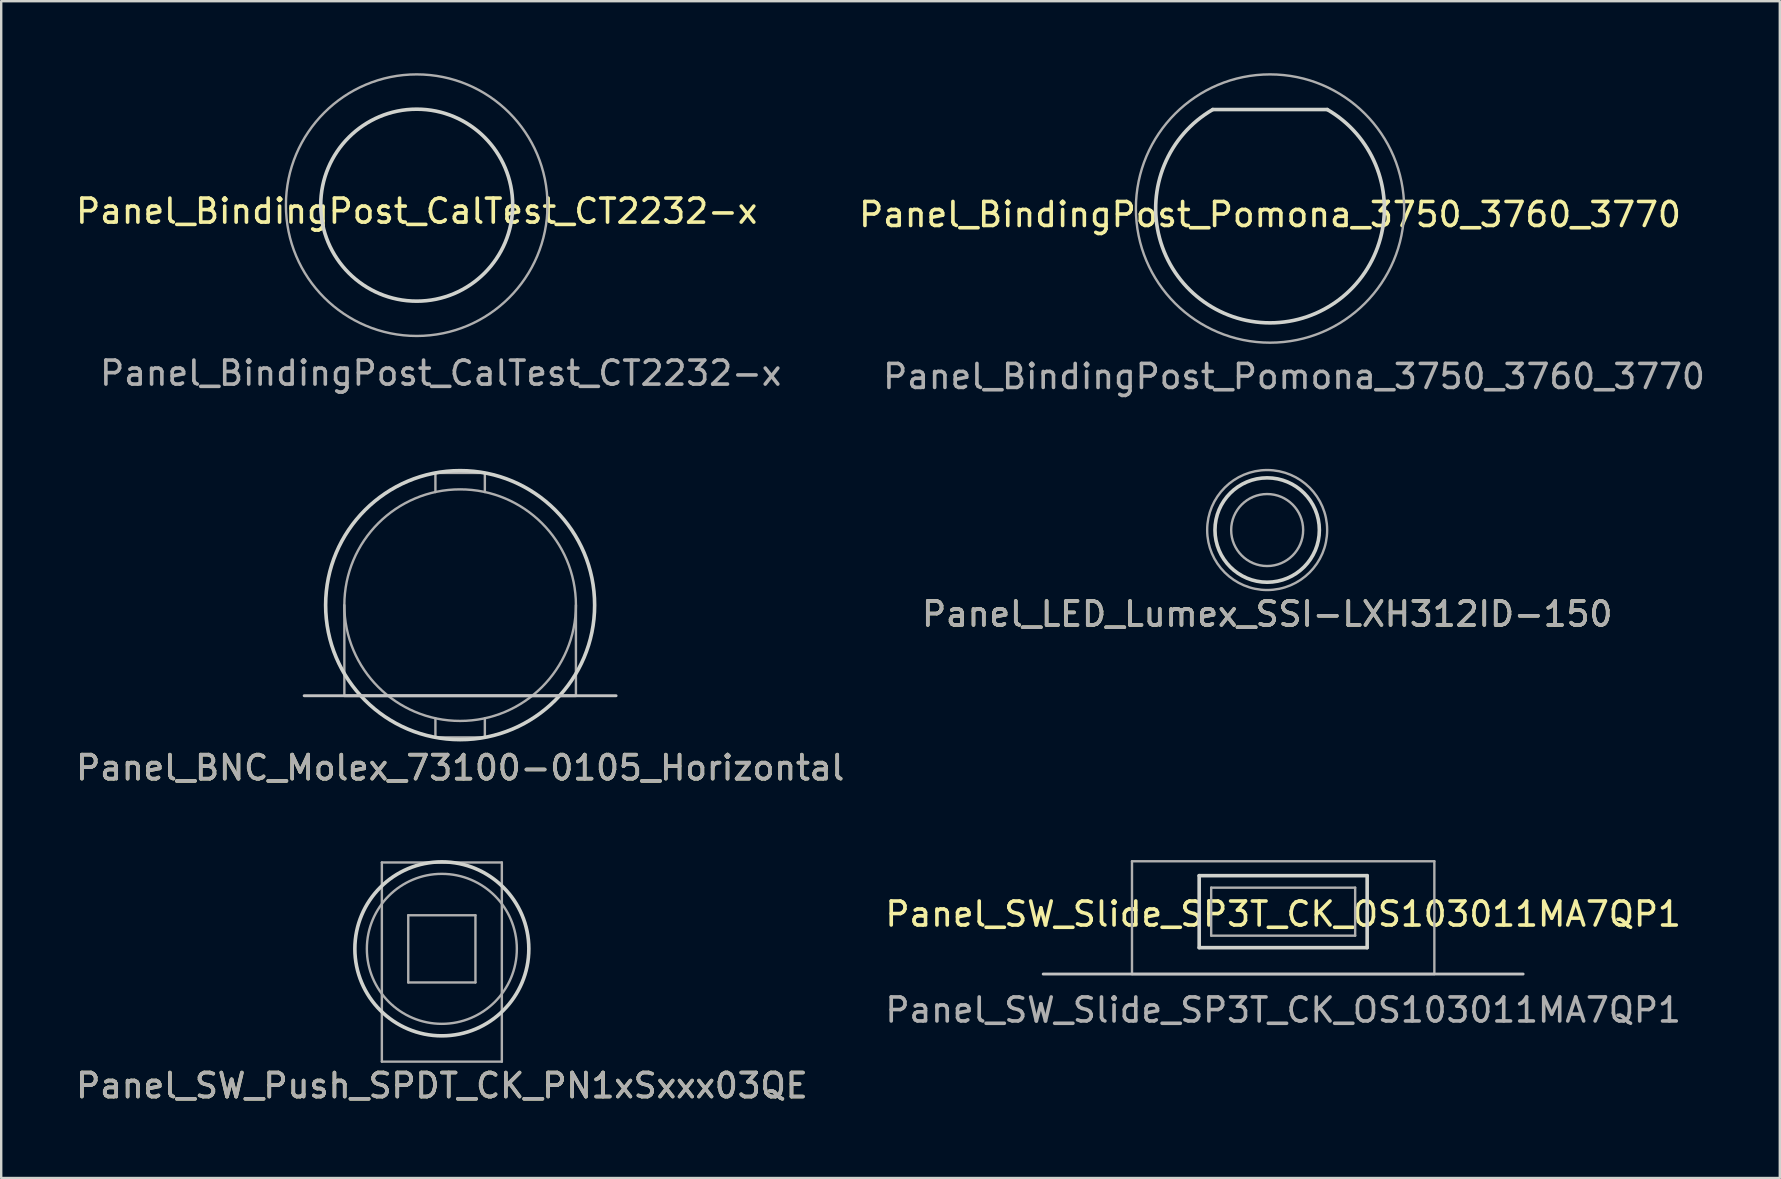
<source format=kicad_pcb>
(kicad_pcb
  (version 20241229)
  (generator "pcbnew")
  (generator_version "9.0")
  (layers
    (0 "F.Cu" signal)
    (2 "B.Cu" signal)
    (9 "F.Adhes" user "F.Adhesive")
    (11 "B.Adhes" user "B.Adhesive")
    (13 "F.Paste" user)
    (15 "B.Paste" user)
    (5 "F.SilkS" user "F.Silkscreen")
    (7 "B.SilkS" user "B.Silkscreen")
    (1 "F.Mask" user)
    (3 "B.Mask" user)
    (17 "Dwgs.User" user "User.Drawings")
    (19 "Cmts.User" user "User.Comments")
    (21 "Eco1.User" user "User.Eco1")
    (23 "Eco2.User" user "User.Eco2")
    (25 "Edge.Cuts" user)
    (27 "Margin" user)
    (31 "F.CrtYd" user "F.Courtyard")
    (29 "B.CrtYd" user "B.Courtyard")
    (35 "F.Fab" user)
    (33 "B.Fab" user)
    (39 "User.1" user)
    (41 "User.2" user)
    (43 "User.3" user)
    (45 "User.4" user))
  (footprint "Panel_BNC_Molex_73100-0105_Horizontal"
    (layer "F.Cu")
    (at 16.125 25.943)
    (property "Reference" "Panel_BNC_Molex_73100-0105_Horizontal" (at 0 3 0) (layer "F.SilkS") (effects (font (size 1 1) (thickness 0.15))))
    (attr smd)
    (fp_line (start -6.5 0) (end 6.5 0) (stroke (width 0.12) (type solid)) (layer "Dwgs.User"))
    (fp_circle (center 0 -3.775) (end 5.605 -3.775) (stroke (width 0.15) (type solid)) (fill no) (layer "Edge.Cuts"))
    (fp_line (start -4.825 0) (end -4.825 -3.775) (stroke (width 0.1) (type solid)) (layer "F.Fab"))
    (fp_line (start -1.03 -9.285) (end 1.03 -9.285) (stroke (width 0.1) (type solid)) (layer "F.Fab"))
    (fp_line (start -1.03 -8.489) (end -1.03 -9.285) (stroke (width 0.1) (type solid)) (layer "F.Fab"))
    (fp_line (start -1.03 0.939) (end -1.03 1.735) (stroke (width 0.1) (type solid)) (layer "F.Fab"))
    (fp_line (start -1.03 1.735) (end 1.03 1.735) (stroke (width 0.1) (type solid)) (layer "F.Fab"))
    (fp_line (start 1.03 -9.285) (end 1.03 -8.489) (stroke (width 0.1) (type solid)) (layer "F.Fab"))
    (fp_line (start 1.03 1.735) (end 1.03 0.939) (stroke (width 0.1) (type solid)) (layer "F.Fab"))
    (fp_line (start 4.825 -3.775) (end 4.825 0) (stroke (width 0.1) (type solid)) (layer "F.Fab"))
    (fp_line (start 4.825 0) (end -4.825 0) (stroke (width 0.12) (type solid)) (layer "F.Fab"))
    (fp_circle (center 0 -3.775) (end 4.825 -3.775) (stroke (width 0.1) (type solid)) (fill no) (layer "F.Fab"))
    (fp_text user "${REFERENCE}" (at 0 3 0) (layer "F.Fab") (effects (font (size 1 1) (thickness 0.15)))))
  (footprint "Panel_BindingPost_Pomona_3750_3760_3770"
    (layer "F.Cu")
    (at 49.875 5.64)
    (property "Reference" "Panel_BindingPost_Pomona_3750_3760_3770" (at 0 0.25 0) (layer "F.SilkS") (effects (font (size 1 1) (thickness 0.15))))
    (attr smd)
    (fp_line (start -2.385 -4.125) (end 2.385 -4.125) (stroke (width 0.15) (type solid)) (layer "Edge.Cuts"))
    (fp_arc (start 2.3854 -4.124769) (mid -0.000231 4.764856) (end -2.385 -4.125) (stroke (width 0.15) (type solid)) (layer "Edge.Cuts"))
    (fp_circle (center 0 0) (end 5.59 0) (stroke (width 0.1) (type solid)) (fill no) (layer "F.Fab"))
    (fp_text user "${REFERENCE}" (at 1 7 0) (layer "F.Fab") (effects (font (size 1 1) (thickness 0.15)))))
  (footprint "Panel_LED_Lumex_SSI-LXH312ID-150"
    (layer "F.Cu")
    (at 49.756 19.038)
    (property "Reference" "Panel_LED_Lumex_SSI-LXH312ID-150" (at 0 3.5 0) (layer "F.SilkS") (effects (font (size 1 1) (thickness 0.15))))
    (attr smd)
    (fp_circle (center 0 0) (end 2.175 0) (stroke (width 0.15) (type solid)) (fill no) (layer "Edge.Cuts"))
    (fp_circle (center 0 0) (end 1.5 0) (stroke (width 0.1) (type solid)) (fill no) (layer "F.Fab"))
    (fp_circle (center 0 0) (end 2.5 0) (stroke (width 0.1) (type solid)) (fill no) (layer "F.Fab"))
    (fp_text user "${REFERENCE}" (at 0 3.5 0) (layer "F.Fab") (effects (font (size 1 1) (thickness 0.15)))))
  (footprint "Panel_BindingPost_CalTest_CT2232-x"
    (layer "F.Cu")
    (at 14.315 5.5)
    (property "Reference" "Panel_BindingPost_CalTest_CT2232-x" (at 0 0.25 0) (layer "F.SilkS") (effects (font (size 1 1) (thickness 0.15))))
    (attr smd)
    (fp_circle (center 0 0) (end 4 0) (stroke (width 0.15) (type solid)) (fill no) (layer "Edge.Cuts"))
    (fp_circle (center 0 0) (end 5.45 0) (stroke (width 0.1) (type solid)) (fill no) (layer "F.Fab"))
    (fp_text user "${REFERENCE}" (at 1 7 0) (layer "F.Fab") (effects (font (size 1 1) (thickness 0.15)))))
  (footprint "Panel_SW_Slide_SP3T_CK_OS103011MA7QP1"
    (layer "F.Cu")
    (at 50.423 37.541)
    (property "Reference" "Panel_SW_Slide_SP3T_CK_OS103011MA7QP1" (at 0 -2.5 0) (layer "F.SilkS") (effects (font (size 1 1) (thickness 0.15))))
    (attr smd)
    (fp_line (start -10 0) (end 10 0) (stroke (width 0.12) (type solid)) (layer "Dwgs.User"))
    (fp_line (start -3.5 -4.1) (end -3.5 -1.1) (stroke (width 0.15) (type solid)) (layer "Edge.Cuts"))
    (fp_line (start -3.5 -4.1) (end 3.5 -4.1) (stroke (width 0.15) (type solid)) (layer "Edge.Cuts"))
    (fp_line (start -3.5 -1.1) (end 3.5 -1.1) (stroke (width 0.15) (type solid)) (layer "Edge.Cuts"))
    (fp_line (start 3.5 -4.1) (end 3.5 -1.1) (stroke (width 0.15) (type solid)) (layer "Edge.Cuts"))
    (fp_line (start -6.3 -4.7) (end -6.3 0) (stroke (width 0.1) (type solid)) (layer "F.Fab"))
    (fp_line (start -6.3 -4.7) (end 6.3 -4.7) (stroke (width 0.1) (type solid)) (layer "F.Fab"))
    (fp_line (start -6.3 0) (end 6.3 0) (stroke (width 0.1) (type solid)) (layer "F.Fab"))
    (fp_line (start -3 -3.6) (end -3 -1.6) (stroke (width 0.1) (type solid)) (layer "F.Fab"))
    (fp_line (start -3 -1.6) (end 3 -1.6) (stroke (width 0.1) (type solid)) (layer "F.Fab"))
    (fp_line (start 3 -3.6) (end -3 -3.6) (stroke (width 0.1) (type solid)) (layer "F.Fab"))
    (fp_line (start 3 -3.6) (end 3 -1.6) (stroke (width 0.1) (type solid)) (layer "F.Fab"))
    (fp_line (start 6.3 -4.7) (end 6.3 0) (stroke (width 0.1) (type solid)) (layer "F.Fab"))
    (fp_text user "${REFERENCE}" (at 0 1.5 0) (layer "F.Fab") (effects (font (size 1 1) (thickness 0.15)))))
  (footprint "Panel_SW_Push_SPDT_CK_PN1xSxxx03QE"
    (layer "F.Cu")
    (at 15.363 41.191)
    (property "Reference" "Panel_SW_Push_SPDT_CK_PN1xSxxx03QE" (at 0 1 0) (layer "F.SilkS") (effects (font (size 1 1) (thickness 0.15))))
    (attr smd)
    (fp_circle (center 0 -4.7) (end 3.625 -4.7) (stroke (width 0.15) (type solid)) (fill no) (layer "Edge.Cuts"))
    (fp_line (start -2.5 -8.3) (end 2.5 -8.3) (stroke (width 0.1) (type solid)) (layer "F.Fab"))
    (fp_line (start -2.5 0) (end -2.5 -8.3) (stroke (width 0.1) (type solid)) (layer "F.Fab"))
    (fp_line (start -1.4 -6.1) (end -1.4 -3.3) (stroke (width 0.1) (type solid)) (layer "F.Fab"))
    (fp_line (start -1.4 -3.3) (end 1.4 -3.3) (stroke (width 0.1) (type solid)) (layer "F.Fab"))
    (fp_line (start 1.4 -6.1) (end -1.4 -6.1) (stroke (width 0.1) (type solid)) (layer "F.Fab"))
    (fp_line (start 1.4 -3.3) (end 1.4 -6.1) (stroke (width 0.1) (type solid)) (layer "F.Fab"))
    (fp_line (start 2.5 -8.3) (end 2.5 0) (stroke (width 0.1) (type solid)) (layer "F.Fab"))
    (fp_line (start 2.5 0) (end -2.5 0) (stroke (width 0.1) (type solid)) (layer "F.Fab"))
    (fp_circle (center 0 -4.7) (end 3.125 -4.7) (stroke (width 0.1) (type solid)) (fill no) (layer "F.Fab"))
    (fp_text user "${REFERENCE}" (at 0 1 0) (layer "F.Fab") (effects (font (size 1 1) (thickness 0.15)))))
  (gr_rect
    (start -3 -3)
    (end 71.119 46.04)
    (stroke (width 0.1) (type default))
    (fill no)
    (layer "Edge.Cuts")))
</source>
